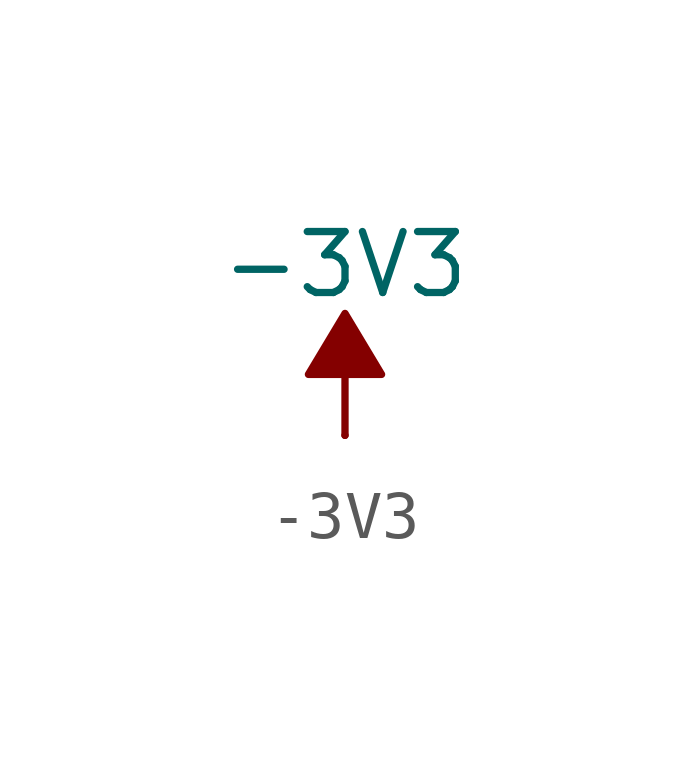
<source format=kicad_sym>
(kicad_symbol_lib
  (version 20241209)
  (generator "kicad_symbol_editor")
  (generator_version "9.0")
  (symbol "-3V3"
    (power)
    (pin_numbers
      (hide yes))
    (pin_names
      (offset 0)
      (hide yes))
    (property "Reference" "#PWR"
      (at 0 -3.81 0)
      (effects (font (size 1.27 1.27)) (hide yes)))
    (property "Value" "-3V3"
      (at 0 3.556 0)
      (effects (font (size 1.27 1.27))))
    (symbol "-3V3_0_0"
      (pin power_in line (at 0 0 90) (length 0) (name "~" (effects (font (size 1.27 1.27)))) (number "1" (effects (font (size 1.27 1.27))))))
    (symbol "-3V3_0_1"
      (polyline (pts (xy 0 0) (xy 0 1.27) (xy 0.762 1.27) (xy 0 2.54) (xy -0.762 1.27) (xy 0 1.27)) (stroke (width 0) (type default)) (fill (type outline))))))
</source>
